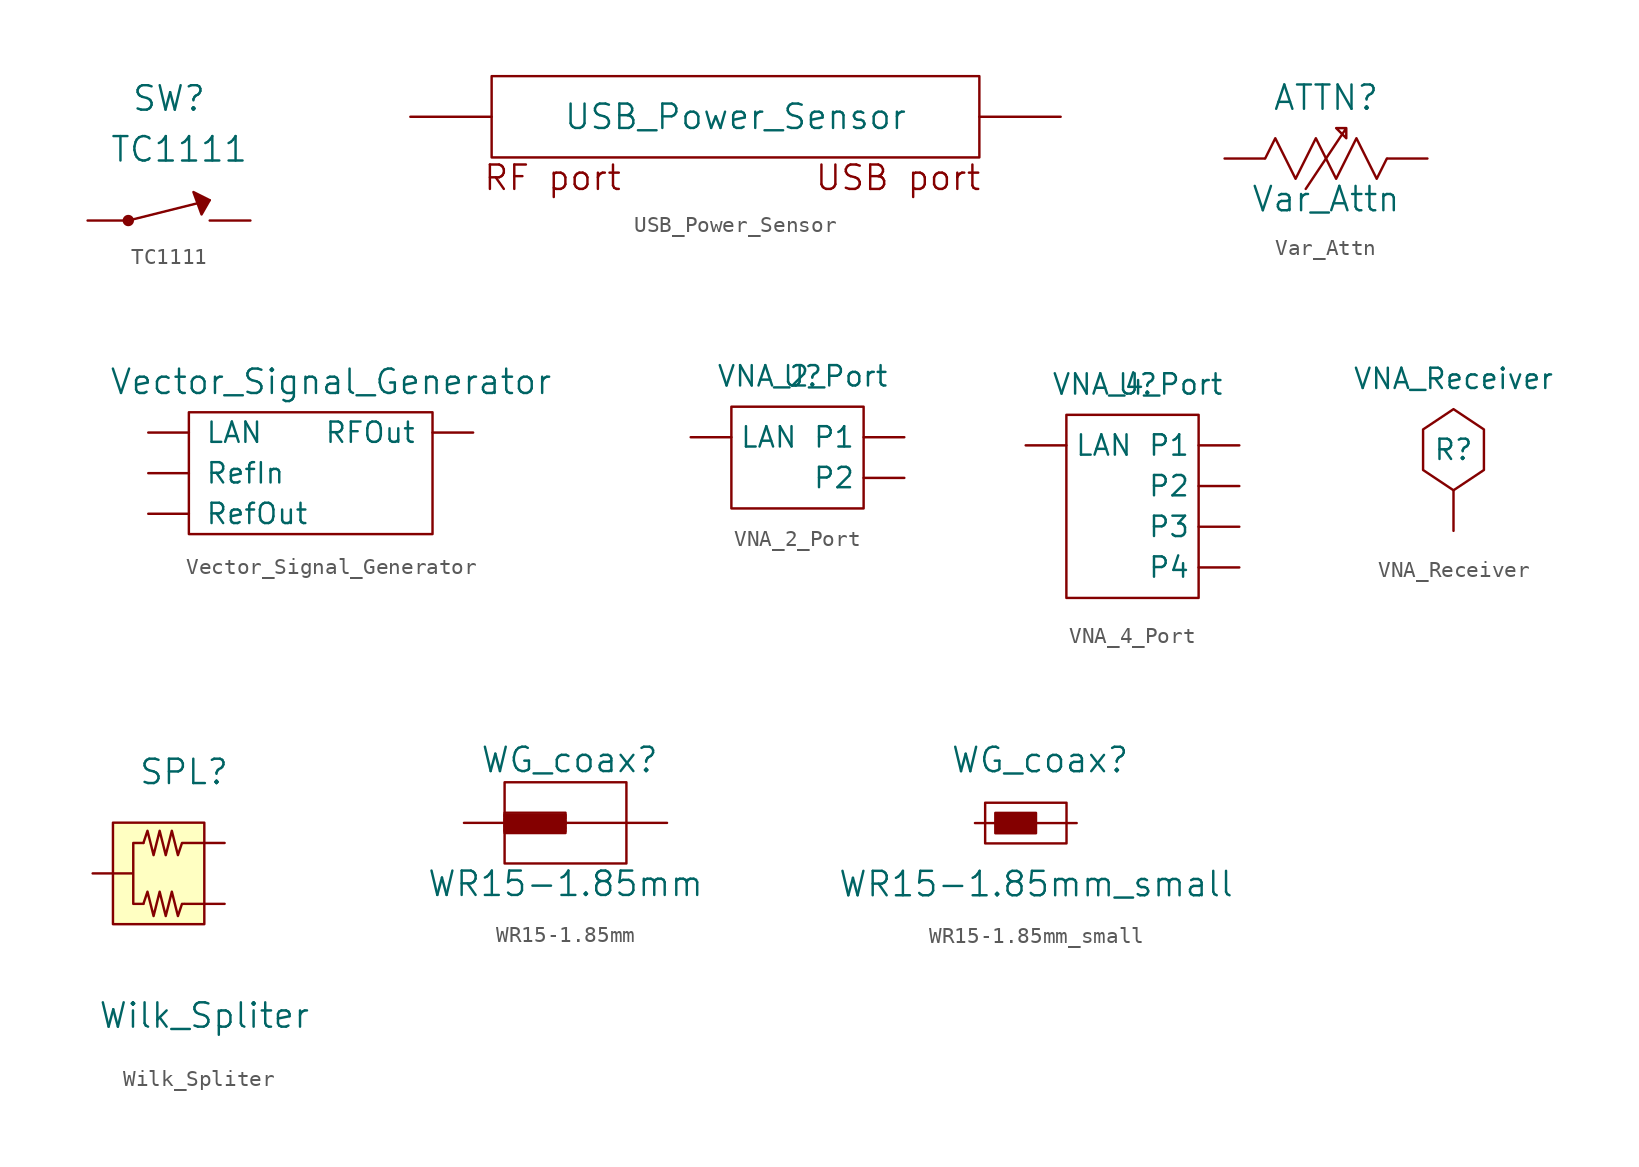
<source format=kicad_sym>
(kicad_symbol_lib
  (version 20211014)
  (generator kicad_symbol_editor)
  (symbol "TC1111"
    (pin_names
      (offset 1.016))
    (property "Reference" "SW"
      (at 0 11.43 0)
      (effects (font (size 1.524 1.524))))
    (property "Value" "TC1111"
      (at 0.635 8.255 0)
      (effects (font (size 1.524 1.524))))
    (property "Footprint" ""
      (at 0 3.81 0)
      (effects (font (size 1.524 1.524))))
    (property "Datasheet" ""
      (at 0 3.81 0)
      (effects (font (size 1.524 1.524))))
    (symbol "TC1111_0_1"
      (circle (center -2.54 3.81) (radius 0.127) (stroke (width 0) (type default) (color 0 0 0 0)) (fill (type none)))
      (circle (center -2.54 3.81) (radius 0.178) (stroke (width 0) (type default) (color 0 0 0 0)) (fill (type none)))
      (circle (center -2.54 3.81) (radius 0.279) (stroke (width 0) (type default) (color 0 0 0 0)) (fill (type none)))
      (polyline (pts (xy -2.54 3.81) (xy 2.54 5.08)) (stroke (width 0) (type default) (color 0 0 0 0)) (fill (type none)))
      (polyline (pts (xy 2.54 5.08) (xy 1.524 5.588) (xy 2.032 4.191) (xy 2.54 5.08) (xy 2.413 5.08)) (stroke (width 0) (type default) (color 0 0 0 0)) (fill (type outline))))
    (symbol "TC1111_1_1"
      (pin input line (at -5.08 3.81 0) (length 2.54) (name "~" (effects (font (size 1.27 1.27)))) (number "~" (effects (font (size 1.27 1.27)))))
      (pin input line (at 5.08 3.81 180) (length 2.54) (name "~" (effects (font (size 1.27 1.27)))) (number "~" (effects (font (size 1.27 1.27)))))))
  (symbol "USB_Power_Sensor"
    (pin_names
      (offset 1.016))
    (property "Reference" "U"
      (at -11.43 3.81 0)
      (effects (font (size 1.524 1.524)) hide))
    (property "Value" "USB_Power_Sensor"
      (at 2.54 0 0)
      (effects (font (size 1.524 1.524))))
    (property "Footprint" ""
      (at 0 0 0)
      (effects (font (size 1.524 1.524))))
    (property "Datasheet" ""
      (at 0 0 0)
      (effects (font (size 1.524 1.524))))
    (symbol "USB_Power_Sensor_0_0"
      (text "RF port" (at -8.89 -3.81 0) (effects (font (size 1.524 1.524))))
      (text "USB port" (at 12.7 -3.81 0) (effects (font (size 1.524 1.524)))))
    (symbol "USB_Power_Sensor_0_1"
      (rectangle (start -12.7 2.54) (end 17.78 -2.54) (stroke (width 0) (type default) (color 0 0 0 0)) (fill (type none))))
    (symbol "USB_Power_Sensor_1_1"
      (pin input line (at -17.78 0 0) (length 5.08) (name "~" (effects (font (size 1.27 1.27)))) (number "~" (effects (font (size 1.27 1.27)))))
      (pin input line (at 22.86 0 180) (length 5.08) (name "~" (effects (font (size 1.27 1.27)))) (number "~" (effects (font (size 1.27 1.27)))))))
  (symbol "Var_Attn"
    (pin_names
      (offset 1.016))
    (property "Reference" "ATTN"
      (at 0 3.81 0)
      (effects (font (size 1.524 1.524))))
    (property "Value" "Var_Attn"
      (at 0 -2.54 0)
      (effects (font (size 1.524 1.524))))
    (property "Footprint" ""
      (at 1.27 0 0)
      (effects (font (size 1.524 1.524))))
    (property "Datasheet" ""
      (at 1.27 0 0)
      (effects (font (size 1.524 1.524))))
    (symbol "Var_Attn_0_1"
      (polyline (pts (xy -1.27 -1.905) (xy 1.27 1.905) (xy 0.635 1.905) (xy 1.27 1.27) (xy 1.27 1.905)) (stroke (width 0) (type default) (color 0 0 0 0)) (fill (type none)))
      (polyline (pts (xy -3.81 0) (xy -3.175 1.27) (xy -1.905 -1.27) (xy -0.635 1.27) (xy 0.635 -1.27) (xy 1.905 1.27) (xy 3.175 -1.27) (xy 3.81 0)) (stroke (width 0) (type default) (color 0 0 0 0)) (fill (type none))))
    (symbol "Var_Attn_1_1"
      (pin input line (at -6.35 0 0) (length 2.489) (name "~" (effects (font (size 1.27 1.27)))) (number "~" (effects (font (size 1.27 1.27)))))
      (pin input line (at 6.35 0 180) (length 2.489) (name "~" (effects (font (size 1.27 1.27)))) (number "~" (effects (font (size 1.27 1.27)))))))
  (symbol "Vector_Signal_Generator"
    (pin_names
      (offset 1.016))
    (property "Reference" "SG"
      (at 0 5.715 0)
      (effects (font (size 1.524 1.524)) hide))
    (property "Value" "Vector_Signal_Generator"
      (at 1.27 3.175 0)
      (effects (font (size 1.524 1.524))))
    (property "Footprint" ""
      (at 0 0 0)
      (effects (font (size 1.524 1.524))))
    (property "Datasheet" ""
      (at 0 0 0)
      (effects (font (size 1.524 1.524))))
    (symbol "Vector_Signal_Generator_0_1"
      (rectangle (start -7.62 1.27) (end 7.62 -6.35) (stroke (width 0) (type default) (color 0 0 0 0)) (fill (type none))))
    (symbol "Vector_Signal_Generator_1_1"
      (pin bidirectional line (at -10.16 0 0) (length 2.54) (name "LAN" (effects (font (size 1.27 1.27)))) (number "" (effects (font (size 1.27 1.27)))))
      (pin output line (at 10.16 0 180) (length 2.54) (name "RFOut" (effects (font (size 1.27 1.27)))) (number "" (effects (font (size 1.27 1.27)))))
      (pin input line (at -10.16 -2.54 0) (length 2.54) (name "RefIn" (effects (font (size 1.27 1.27)))) (number "" (effects (font (size 1.27 1.27)))))
      (pin output line (at -10.16 -5.08 0) (length 2.54) (name "RefOut" (effects (font (size 1.27 1.27)))) (number "" (effects (font (size 1.27 1.27)))))))
  (symbol "VNA_2_Port"
    (property "Reference" "U"
      (at 0 3.81 0)
      (effects (font (size 1.27 1.27))))
    (property "Value" "VNA_2_Port"
      (at 0 3.81 0)
      (effects (font (size 1.27 1.27))))
    (symbol "VNA_2_Port_0_1"
      (rectangle (start -4.445 1.905) (end 3.81 -4.445) (stroke (width 0) (type default) (color 0 0 0 0)) (fill (type none))))
    (symbol "VNA_2_Port_1_1"
      (pin bidirectional line (at -6.985 0 0) (length 2.54) (name "LAN" (effects (font (size 1.27 1.27)))) (number "" (effects (font (size 1.27 1.27)))))
      (pin bidirectional line (at 6.35 0 180) (length 2.54) (name "P1" (effects (font (size 1.27 1.27)))) (number "" (effects (font (size 1.27 1.27)))))
      (pin bidirectional line (at 6.35 -2.54 180) (length 2.54) (name "P2" (effects (font (size 1.27 1.27)))) (number "" (effects (font (size 1.27 1.27)))))))
  (symbol "VNA_4_Port"
    (property "Reference" "U"
      (at 0 3.81 0)
      (effects (font (size 1.27 1.27))))
    (property "Value" "VNA_4_Port"
      (at 0 3.81 0)
      (effects (font (size 1.27 1.27))))
    (symbol "VNA_4_Port_0_1"
      (rectangle (start -4.445 1.905) (end 3.81 -9.525) (stroke (width 0) (type default) (color 0 0 0 0)) (fill (type none))))
    (symbol "VNA_4_Port_1_1"
      (pin bidirectional line (at -6.985 0 0) (length 2.54) (name "LAN" (effects (font (size 1.27 1.27)))) (number "" (effects (font (size 1.27 1.27)))))
      (pin bidirectional line (at 6.35 0 180) (length 2.54) (name "P1" (effects (font (size 1.27 1.27)))) (number "" (effects (font (size 1.27 1.27)))))
      (pin bidirectional line (at 6.35 -2.54 180) (length 2.54) (name "P2" (effects (font (size 1.27 1.27)))) (number "" (effects (font (size 1.27 1.27)))))
      (pin bidirectional line (at 6.35 -5.08 180) (length 2.54) (name "P3" (effects (font (size 1.27 1.27)))) (number "" (effects (font (size 1.27 1.27)))))
      (pin bidirectional line (at 6.35 -7.62 180) (length 2.54) (name "P4" (effects (font (size 1.27 1.27)))) (number "" (effects (font (size 1.27 1.27)))))))
  (symbol "VNA_Receiver"
    (property "Reference" "R"
      (at 0 0 0)
      (effects (font (size 1.27 1.27))))
    (property "Value" "VNA_Receiver"
      (at 0 4.445 0)
      (effects (font (size 1.27 1.27))))
    (symbol "VNA_Receiver_0_1"
      (polyline (pts (xy 0 2.54) (xy -1.905 1.27) (xy -1.905 -1.27) (xy 0 -2.54) (xy 1.905 -1.27) (xy 1.905 1.27) (xy 0 2.54) (xy -1.905 1.27)) (stroke (width 0) (type default) (color 0 0 0 0)) (fill (type none))))
    (symbol "VNA_Receiver_1_1"
      (pin input line (at 0 -5.08 90) (length 2.54) (name "" (effects (font (size 1.27 1.27)))) (number "" (effects (font (size 1.27 1.27)))))))
  (symbol "Wilk_Spliter"
    (pin_names
      (offset 1.016))
    (property "Reference" "SPL"
      (at -1.27 6.35 0)
      (effects (font (size 1.524 1.524))))
    (property "Value" "Wilk_Spliter"
      (at 0 -8.89 0)
      (effects (font (size 1.524 1.524))))
    (property "Footprint" ""
      (at 1.27 1.27 0)
      (effects (font (size 1.524 1.524))))
    (property "Datasheet" ""
      (at 1.27 1.27 0)
      (effects (font (size 1.524 1.524))))
    (symbol "Wilk_Spliter_0_1"
      (rectangle (start -5.715 3.175) (end 0 -3.175) (stroke (width 0) (type default) (color 0 0 0 0)) (fill (type background)))
      (polyline (pts (xy -3.81 1.905) (xy -4.445 1.905) (xy -4.445 0) (xy -4.445 -1.905) (xy -3.81 -1.905)) (stroke (width 0) (type default) (color 0 0 0 0)) (fill (type none)))
      (polyline (pts (xy -3.81 -1.905) (xy -3.556 -1.143) (xy -3.175 -2.667) (xy -2.794 -1.143) (xy -2.413 -2.667) (xy -2.032 -1.143) (xy -1.651 -2.667) (xy -1.397 -1.905) (xy -1.27 -1.905)) (stroke (width 0) (type default) (color 0 0 0 0)) (fill (type none)))
      (polyline (pts (xy -3.81 1.905) (xy -3.556 2.667) (xy -3.175 1.143) (xy -2.794 2.667) (xy -2.413 1.143) (xy -2.032 2.667) (xy -1.651 1.143) (xy -1.397 1.905) (xy -1.27 1.905)) (stroke (width 0) (type default) (color 0 0 0 0)) (fill (type none))))
    (symbol "Wilk_Spliter_1_1"
      (pin input line (at -6.985 0 0) (length 2.489) (name "" (effects (font (size 1.27 1.27)))) (number "" (effects (font (size 1.27 1.27)))))
      (pin input line (at 1.27 -1.905 180) (length 2.489) (name "" (effects (font (size 1.27 1.27)))) (number "" (effects (font (size 1.27 1.27)))))
      (pin input line (at 1.27 1.905 180) (length 2.489) (name "" (effects (font (size 1.27 1.27)))) (number "" (effects (font (size 1.27 1.27)))))))
  (symbol "WR15-1.85mm"
    (pin_names
      (offset 1.016))
    (property "Reference" "WG_coax"
      (at 0.254 3.937 0)
      (effects (font (size 1.524 1.524))))
    (property "Value" "WR15-1.85mm"
      (at 0 -3.81 0)
      (effects (font (size 1.524 1.524))))
    (property "Footprint" ""
      (at 0 0 0)
      (effects (font (size 1.524 1.524))))
    (property "Datasheet" ""
      (at 0 0 0)
      (effects (font (size 1.524 1.524))))
    (symbol "WR15-1.85mm_0_1"
      (rectangle (start -3.81 -2.54) (end 3.81 2.54) (stroke (width 0) (type default) (color 0 0 0 0)) (fill (type none)))
      (polyline (pts (xy -3.81 0) (xy 3.81 0)) (stroke (width 0) (type default) (color 0 0 0 0)) (fill (type none)))
      (polyline (pts (xy -3.81 0.635) (xy 0 0.635) (xy 0 -0.635) (xy -3.81 -0.635) (xy -3.81 0.635)) (stroke (width 0) (type default) (color 0 0 0 0)) (fill (type none)))
      (polyline (pts (xy -3.683 0.381) (xy 0 0.381) (xy -3.81 0.381) (xy -3.81 0.508) (xy 0 0.508) (xy 0 0.254) (xy -3.81 0.254) (xy -3.81 0.127) (xy 0 0.127) (xy 0 -0.127) (xy -3.81 -0.127) (xy -3.81 -0.254) (xy 0 -0.254) (xy 0 -0.381) (xy -3.81 -0.381) (xy -3.81 -0.508) (xy 0 -0.508)) (stroke (width 0) (type default) (color 0 0 0 0)) (fill (type none))))
    (symbol "WR15-1.85mm_1_1"
      (pin input line (at -6.35 0 0) (length 2.54) (name "~" (effects (font (size 1.27 1.27)))) (number "~" (effects (font (size 1.27 1.27)))))
      (pin input line (at 6.35 0 180) (length 2.54) (name "~" (effects (font (size 1.27 1.27)))) (number "~" (effects (font (size 1.27 1.27)))))))
  (symbol "WR15-1.85mm_small"
    (pin_names
      (offset 1.016))
    (property "Reference" "WG_coax"
      (at 0.254 3.937 0)
      (effects (font (size 1.524 1.524))))
    (property "Value" "WR15-1.85mm_small"
      (at 0 -3.81 0)
      (effects (font (size 1.524 1.524))))
    (property "Footprint" ""
      (at 0 0 0)
      (effects (font (size 1.524 1.524))))
    (property "Datasheet" ""
      (at 0 0 0)
      (effects (font (size 1.524 1.524))))
    (symbol "WR15-1.85mm_small_0_1"
      (rectangle (start -3.175 1.27) (end 1.905 -1.27) (stroke (width 0) (type default) (color 0 0 0 0)) (fill (type none)))
      (rectangle (start -2.54 0.635) (end 0 -0.635) (stroke (width 0) (type default) (color 0 0 0 0)) (fill (type outline))))
    (symbol "WR15-1.85mm_small_1_1"
      (pin input line (at -3.81 0 0) (length 2.54) (name "~" (effects (font (size 1.27 1.27)))) (number "~" (effects (font (size 1.27 1.27)))))
      (pin input line (at 2.54 0 180) (length 2.54) (name "~" (effects (font (size 1.27 1.27)))) (number "~" (effects (font (size 1.27 1.27))))))))
</source>
